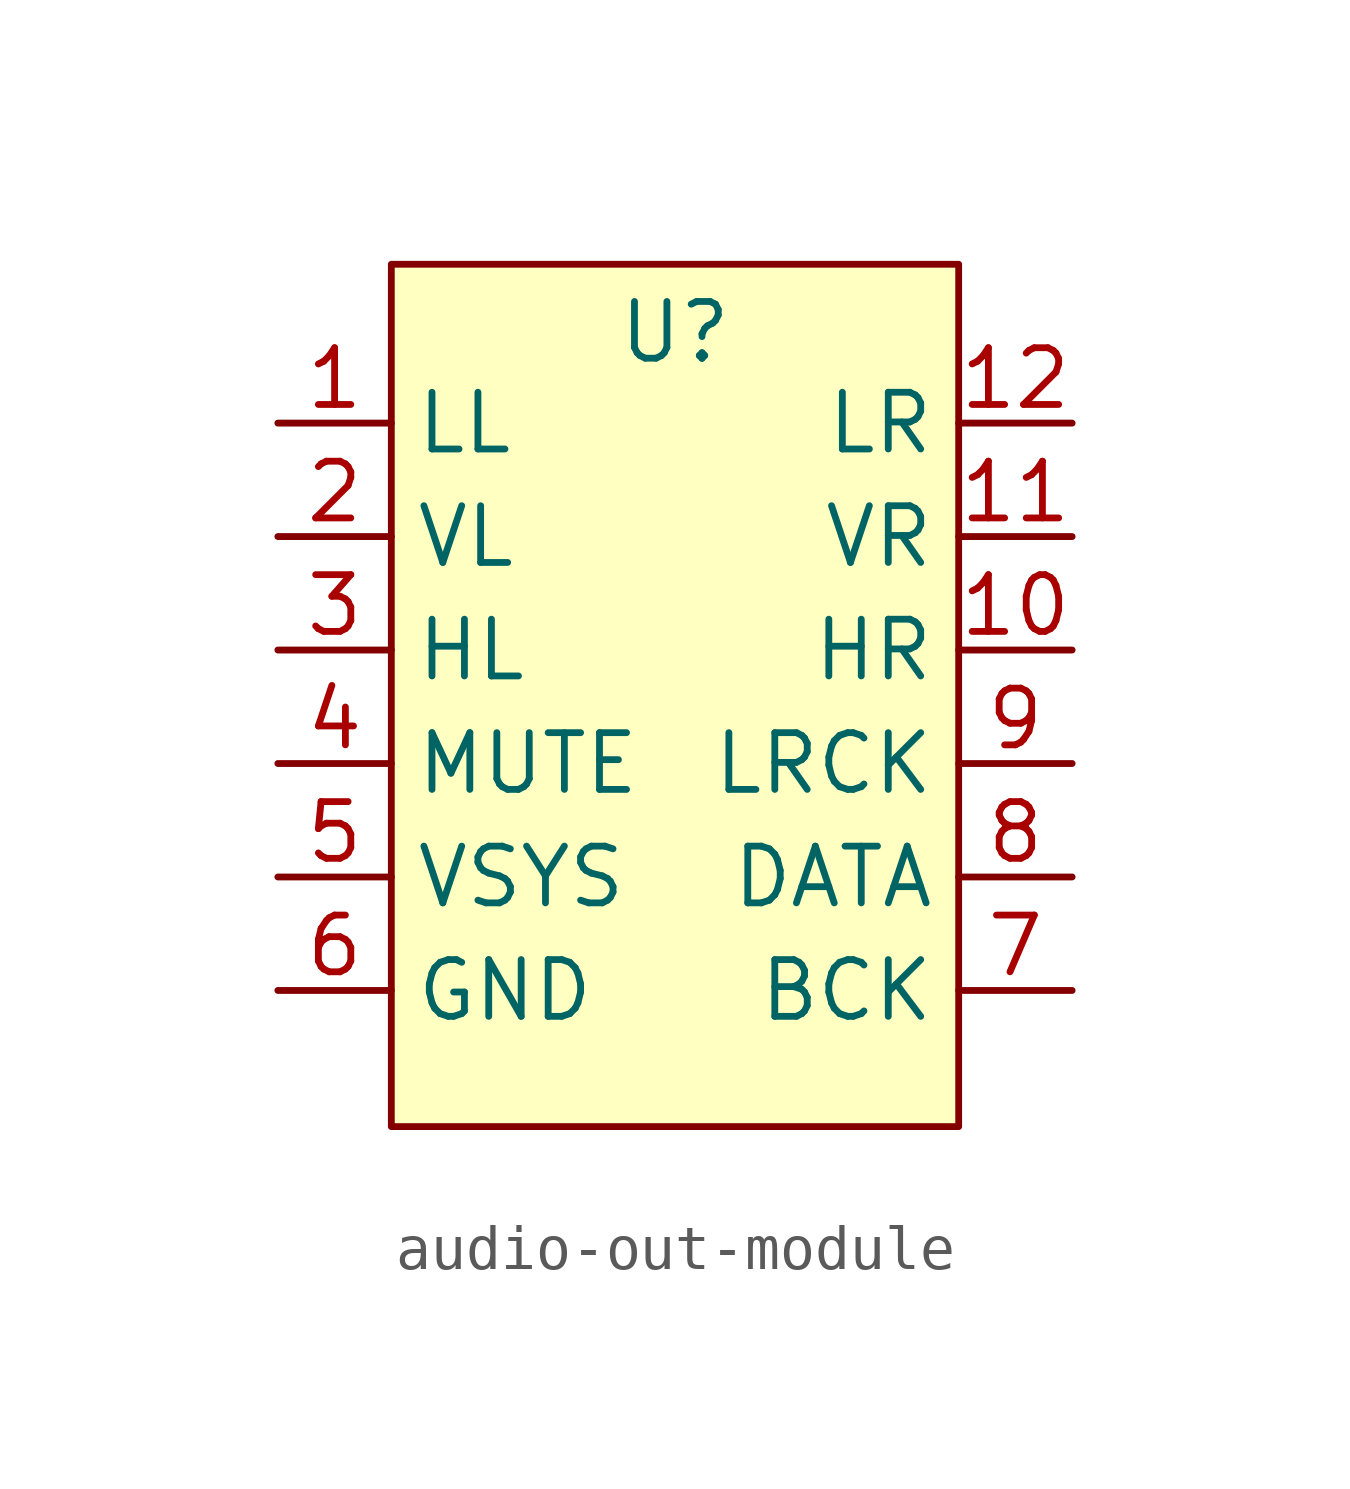
<source format=kicad_sym>
(kicad_symbol_lib
  (version 20231120)
  (generator "kicad_symbol_editor")
  (generator_version "8.0")
  (symbol "audio-out-module"
    (property "Reference" "U"
      (at 0 8.382 0)
      (effects (font (size 1.27 1.27))))
    (property "Value" ""
      (at 1.27 0 0)
      (effects (font (size 1.27 1.27))))
    (symbol "audio-out-module_1_1"
      (rectangle (start -6.35 9.906) (end 6.35 -9.398) (stroke (width 0) (type default)) (fill (type background)))
      (pin output line (at -8.89 6.35 0) (length 2.54) (name "LL" (effects (font (size 1.27 1.27)))) (number "1" (effects (font (size 1.27 1.27)))))
      (pin output line (at 8.89 1.27 180) (length 2.54) (name "HR" (effects (font (size 1.27 1.27)))) (number "10" (effects (font (size 1.27 1.27)))))
      (pin output line (at 8.89 3.81 180) (length 2.54) (name "VR" (effects (font (size 1.27 1.27)))) (number "11" (effects (font (size 1.27 1.27)))))
      (pin output line (at 8.89 6.35 180) (length 2.54) (name "LR" (effects (font (size 1.27 1.27)))) (number "12" (effects (font (size 1.27 1.27)))))
      (pin output line (at -8.89 3.81 0) (length 2.54) (name "VL" (effects (font (size 1.27 1.27)))) (number "2" (effects (font (size 1.27 1.27)))))
      (pin output line (at -8.89 1.27 0) (length 2.54) (name "HL" (effects (font (size 1.27 1.27)))) (number "3" (effects (font (size 1.27 1.27)))))
      (pin input line (at -8.89 -1.27 0) (length 2.54) (name "MUTE" (effects (font (size 1.27 1.27)))) (number "4" (effects (font (size 1.27 1.27)))))
      (pin power_in line (at -8.89 -3.81 0) (length 2.54) (name "VSYS" (effects (font (size 1.27 1.27)))) (number "5" (effects (font (size 1.27 1.27)))))
      (pin power_in line (at -8.89 -6.35 0) (length 2.54) (name "GND" (effects (font (size 1.27 1.27)))) (number "6" (effects (font (size 1.27 1.27)))))
      (pin input line (at 8.89 -6.35 180) (length 2.54) (name "BCK" (effects (font (size 1.27 1.27)))) (number "7" (effects (font (size 1.27 1.27)))))
      (pin input line (at 8.89 -3.81 180) (length 2.54) (name "DATA" (effects (font (size 1.27 1.27)))) (number "8" (effects (font (size 1.27 1.27)))))
      (pin input line (at 8.89 -1.27 180) (length 2.54) (name "LRCK" (effects (font (size 1.27 1.27)))) (number "9" (effects (font (size 1.27 1.27))))))))
</source>
